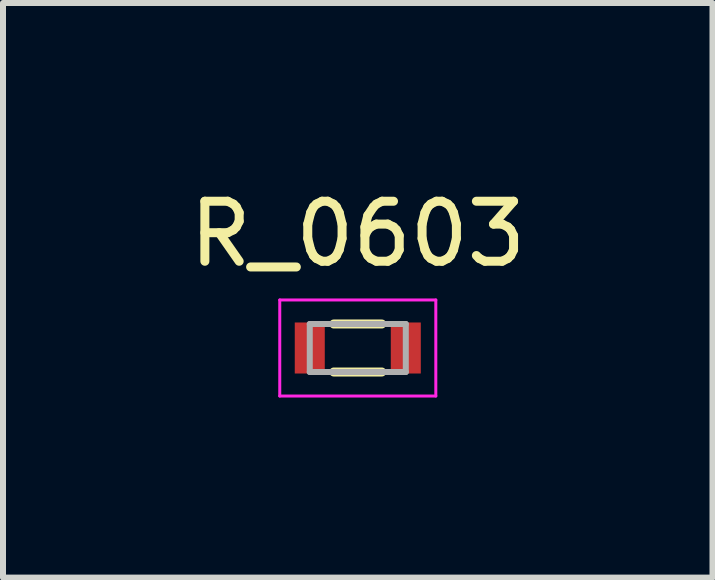
<source format=kicad_pcb>
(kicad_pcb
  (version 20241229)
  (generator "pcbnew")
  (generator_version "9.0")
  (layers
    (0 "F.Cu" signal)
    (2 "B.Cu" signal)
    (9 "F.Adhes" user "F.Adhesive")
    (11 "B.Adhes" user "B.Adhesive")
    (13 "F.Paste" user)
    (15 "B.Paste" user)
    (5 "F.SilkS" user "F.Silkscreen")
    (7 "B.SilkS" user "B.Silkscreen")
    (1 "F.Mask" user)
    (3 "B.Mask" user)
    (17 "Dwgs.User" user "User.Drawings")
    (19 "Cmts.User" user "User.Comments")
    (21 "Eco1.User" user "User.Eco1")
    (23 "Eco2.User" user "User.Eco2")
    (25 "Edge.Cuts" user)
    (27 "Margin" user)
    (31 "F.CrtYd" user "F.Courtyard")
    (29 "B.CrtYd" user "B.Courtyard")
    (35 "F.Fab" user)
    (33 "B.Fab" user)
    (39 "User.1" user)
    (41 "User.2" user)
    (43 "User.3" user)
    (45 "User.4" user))
  (footprint "R_0603"
    (layer "F.Cu")
    (at 2.911 2.748)
    (property "Reference" "R_0603" (at 0 -1.9 0) (layer "F.SilkS") (effects (font (size 1 1) (thickness 0.15))))
    (attr smd)
    (fp_line (start -0.4 -0.4) (end 0.4 -0.4) (stroke (width 0.15) (type solid)) (layer "F.SilkS"))
    (fp_line (start 0.4 0.4) (end -0.4 0.4) (stroke (width 0.15) (type solid)) (layer "F.SilkS"))
    (fp_line (start -1.3 -0.8) (end -1.3 0.8) (stroke (width 0.05) (type solid)) (layer "F.CrtYd"))
    (fp_line (start -1.3 -0.8) (end 1.3 -0.8) (stroke (width 0.05) (type solid)) (layer "F.CrtYd"))
    (fp_line (start -1.3 0.8) (end 1.3 0.8) (stroke (width 0.05) (type solid)) (layer "F.CrtYd"))
    (fp_line (start 1.3 -0.8) (end 1.3 0.8) (stroke (width 0.05) (type solid)) (layer "F.CrtYd"))
    (fp_line (start -0.8 -0.4) (end 0.8 -0.4) (stroke (width 0.1) (type solid)) (layer "F.Fab"))
    (fp_line (start -0.8 0.4) (end -0.8 -0.4) (stroke (width 0.1) (type solid)) (layer "F.Fab"))
    (fp_line (start 0.8 -0.4) (end 0.8 0.4) (stroke (width 0.1) (type solid)) (layer "F.Fab"))
    (fp_line (start 0.8 0.4) (end -0.8 0.4) (stroke (width 0.1) (type solid)) (layer "F.Fab"))
    (pad "1" smd rect (at -0.8 0) (size 0.5 0.85) (layers "F.Cu" "F.Mask" "F.Paste"))
    (pad "2" smd rect (at 0.8 0) (size 0.5 0.85) (layers "F.Cu" "F.Mask" "F.Paste")))
  (gr_rect
    (start -3 -3)
    (end 8.821 6.573)
    (stroke (width 0.1) (type default))
    (fill no)
    (layer "Edge.Cuts")))
</source>
